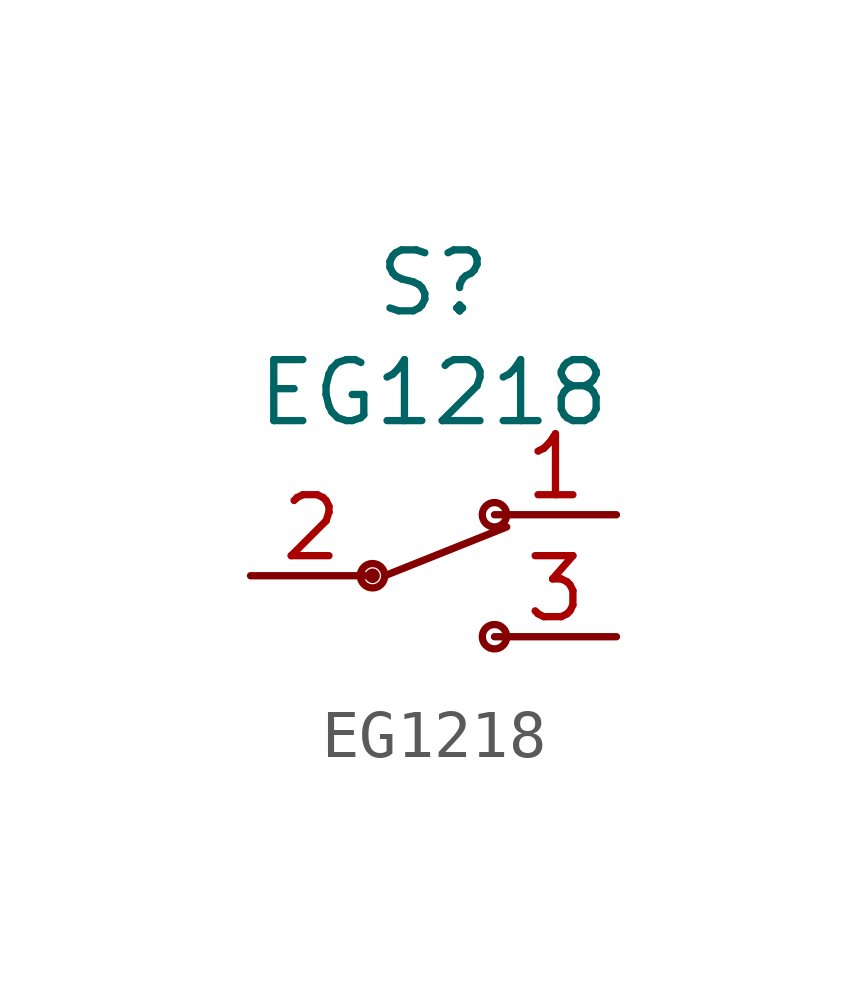
<source format=kicad_sym>
(kicad_symbol_lib
  (version 20241209)
  (generator "kicad_symbol_editor")
  (generator_version "9.0")
  (symbol "EG1218"
    (property "Reference" "S"
      (at 0 1.016 0)
      (effects (font (size 1.27 1.27))))
    (property "Value" "EG1218"
      (at 0 -1.27 0)
      (effects (font (size 1.27 1.27))))
    (symbol "EG1218_0_1"
      (circle (center -1.27 -5.08) (radius 0.0001) (stroke (width 0) (type default)) (fill (type none)))
      (circle (center -1.27 -5.08) (radius 0.254) (stroke (width 0) (type default)) (fill (type none)))
      (polyline (pts (xy -1.016 -5.08) (xy 1.524 -4.064)) (stroke (width 0) (type default)) (fill (type none)))
      (circle (center 1.27 -3.81) (radius 0.254) (stroke (width 0) (type default)) (fill (type none)))
      (circle (center 1.27 -6.35) (radius 0.254) (stroke (width 0) (type default)) (fill (type none))))
    (symbol "EG1218_1_1"
      (pin passive line (at -3.81 -5.08 0) (length 2.54) (name "" (effects (font (size 1.27 1.27)))) (number "2" (effects (font (size 1.27 1.27)))))
      (pin passive line (at 3.81 -3.81 180) (length 2.54) (name "" (effects (font (size 1.27 1.27)))) (number "1" (effects (font (size 1.27 1.27)))))
      (pin passive line (at 3.81 -6.35 180) (length 2.54) (name "" (effects (font (size 1.27 1.27)))) (number "3" (effects (font (size 1.27 1.27))))))))
</source>
